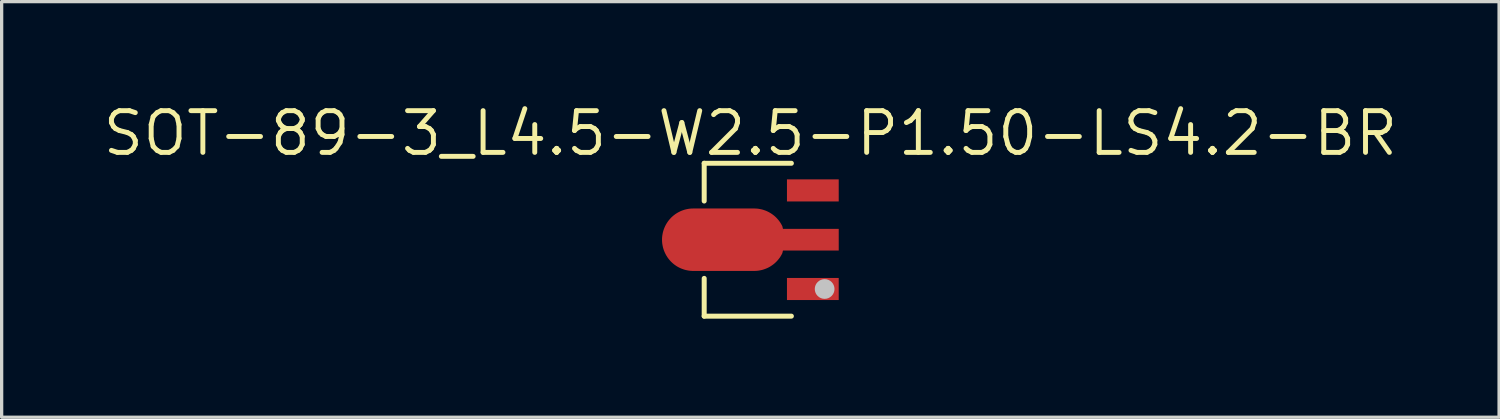
<source format=kicad_pcb>
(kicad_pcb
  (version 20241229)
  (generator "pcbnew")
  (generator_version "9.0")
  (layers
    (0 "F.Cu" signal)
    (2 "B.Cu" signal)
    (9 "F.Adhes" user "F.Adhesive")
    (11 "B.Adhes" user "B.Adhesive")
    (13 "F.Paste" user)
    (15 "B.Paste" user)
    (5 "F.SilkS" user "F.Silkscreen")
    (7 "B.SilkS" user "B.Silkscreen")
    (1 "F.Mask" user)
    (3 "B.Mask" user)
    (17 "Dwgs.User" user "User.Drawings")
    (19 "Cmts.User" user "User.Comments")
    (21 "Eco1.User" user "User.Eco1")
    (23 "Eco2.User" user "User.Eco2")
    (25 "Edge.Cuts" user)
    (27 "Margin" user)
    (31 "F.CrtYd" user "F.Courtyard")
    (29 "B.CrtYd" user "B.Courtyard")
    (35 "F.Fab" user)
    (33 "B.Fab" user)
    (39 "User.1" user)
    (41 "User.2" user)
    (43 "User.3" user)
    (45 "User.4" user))
  (footprint "SOT-89-3_L4.5-W2.5-P1.50-LS4.2-BR"
    (layer "F.Cu")
    (at 20.328 4.244)
    (property "Reference" "SOT-89-3_L4.5-W2.5-P1.50-LS4.2-BR" (at -0.544 -3.237 0) (layer "F.SilkS") (effects (font (size 1.27 1.27) (thickness 0.15))))
    (fp_line (start -1.95 -2.326) (end -1.95 -1.177) (stroke (width 0.152) (type default)) (layer "F.SilkS"))
    (fp_line (start -1.95 2.326) (end -1.95 1.177) (stroke (width 0.152) (type default)) (layer "F.SilkS"))
    (fp_line (start 0.703 -2.326) (end -1.95 -2.326) (stroke (width 0.152) (type default)) (layer "F.SilkS"))
    (fp_line (start 0.703 2.326) (end -1.95 2.326) (stroke (width 0.152) (type default)) (layer "F.SilkS"))
    (fp_circle (center 1.715 1.5) (end 1.865 1.5) (stroke (width 0.3) (type default)) (fill no) (layer "Dwgs.User"))
    (fp_circle (center 1.724 2.25) (end 1.754 2.25) (stroke (width 0.06) (type default)) (fill no) (layer "User.5"))
    (pad "1" smd rect (at 1.356 1.5) (size 1.575 0.672) (layers "F.Cu" "F.Mask" "F.Paste"))
    (pad "2" smd custom (at -1.356 0.0001 90) (size 0.000001 0.000001) (layers "F.Cu" "F.Mask" "F.Paste") (options (anchor circle)) (primitives (gr_poly (pts (xy 0.95 -0.927) (xy 0.95 0.927) (xy 0.949 0.972) (xy 0.946 1.016) (xy 0.941 1.06) (xy 0.933 1.104) (xy 0.924 1.148) (xy 0.913 1.191) (xy 0.899 1.233) (xy 0.884 1.275) (xy 0.867 1.316) (xy 0.847 1.357) (xy 0.826 1.396) (xy 0.803 1.434) (xy 0.779 1.471) (xy 0.752 1.507) (xy 0.725 1.542) (xy 0.695 1.575) (xy 0.664 1.607) (xy 0.631 1.637) (xy 0.597 1.666) (xy 0.562 1.693) (xy 0.525 1.719) (xy 0.488 1.742) (xy 0.449 1.764) (xy 0.409 1.784) (xy 0.33 1.803) (xy 0.33 3.5) (xy -0.33 3.5) (xy -0.33 1.803) (xy -0.409 1.784) (xy -0.449 1.764) (xy -0.488 1.742) (xy -0.526 1.719) (xy -0.562 1.693) (xy -0.597 1.666) (xy -0.631 1.637) (xy -0.664 1.607) (xy -0.695 1.575) (xy -0.725 1.542) (xy -0.753 1.507) (xy -0.779 1.471) (xy -0.804 1.434) (xy -0.827 1.396) (xy -0.848 1.357) (xy -0.867 1.316) (xy -0.884 1.275) (xy -0.899 1.233) (xy -0.913 1.191) (xy -0.924 1.148) (xy -0.933 1.104) (xy -0.941 1.06) (xy -0.946 1.016) (xy -0.949 0.972) (xy -0.95 0.927) (xy -0.95 -0.927) (xy -0.949 -0.972) (xy -0.946 -1.016) (xy -0.941 -1.06) (xy -0.933 -1.104) (xy -0.924 -1.148) (xy -0.913 -1.191) (xy -0.899 -1.233) (xy -0.884 -1.275) (xy -0.867 -1.316) (xy -0.848 -1.356) (xy -0.827 -1.396) (xy -0.804 -1.434) (xy -0.779 -1.471) (xy -0.753 -1.507) (xy -0.725 -1.541) (xy -0.695 -1.575) (xy -0.664 -1.607) (xy -0.631 -1.637) (xy -0.597 -1.666) (xy -0.562 -1.693) (xy -0.526 -1.718) (xy -0.488 -1.742) (xy -0.449 -1.764) (xy -0.409 -1.784) (xy -0.369 -1.802) (xy -0.327 -1.819) (xy -0.285 -1.833) (xy -0.242 -1.846) (xy -0.199 -1.856) (xy -0.155 -1.864) (xy -0.111 -1.871) (xy -0.067 -1.875) (xy -0.022 -1.877) (xy 0.022 -1.877) (xy 0.067 -1.875) (xy 0.111 -1.871) (xy 0.155 -1.864) (xy 0.199 -1.856) (xy 0.242 -1.846) (xy 0.285 -1.833) (xy 0.327 -1.819) (xy 0.369 -1.802) (xy 0.409 -1.784) (xy 0.449 -1.764) (xy 0.488 -1.742) (xy 0.525 -1.718) (xy 0.562 -1.693) (xy 0.597 -1.666) (xy 0.631 -1.637) (xy 0.664 -1.607) (xy 0.695 -1.575) (xy 0.725 -1.541) (xy 0.752 -1.507) (xy 0.779 -1.471) (xy 0.803 -1.434) (xy 0.826 -1.396) (xy 0.847 -1.356) (xy 0.867 -1.316) (xy 0.884 -1.275) (xy 0.899 -1.233) (xy 0.913 -1.191) (xy 0.924 -1.148) (xy 0.933 -1.104) (xy 0.941 -1.06) (xy 0.946 -1.016) (xy 0.949 -0.972)) (width 0) (fill yes))))
    (pad "3" smd rect (at 1.356 -1.5) (size 1.575 0.672) (layers "F.Cu" "F.Mask" "F.Paste"))
    (zone (net_name "") (layer "User.4") (hatch edge 0.5) (priority 100) (connect_pads yes) (min_thickness 0) (filled_areas_thickness no) (fill yes) (polygon (pts (xy 20.952 2.494) (xy 22.052 2.494) (xy 22.052 2.994) (xy 20.952 2.994))) (filled_polygon (layer "User.4") (island) (pts (xy 20.952 2.494) (xy 22.052 2.494) (xy 22.052 2.994) (xy 20.952 2.994))))
    (zone (net_name "") (layer "User.4") (hatch edge 0.5) (priority 100) (connect_pads yes) (min_thickness 0) (filled_areas_thickness no) (fill yes) (polygon (pts (xy 20.952 5.494) (xy 22.052 5.494) (xy 22.052 5.994) (xy 20.952 5.994))) (filled_polygon (layer "User.4") (island) (pts (xy 20.952 5.494) (xy 22.052 5.494) (xy 22.052 5.994) (xy 20.952 5.994))))
    (zone (net_name "") (layer "User.4") (hatch edge 0.5) (priority 100) (connect_pads yes) (min_thickness 0) (filled_areas_thickness no) (fill yes) (polygon (pts (xy 20.766 4.504) (xy 22.052 4.504) (xy 22.052 3.984) (xy 20.766 3.984) (xy 20.191 3.381) (xy 18.328 3.381) (xy 17.857 3.956) (xy 17.857 4.531) (xy 18.328 5.106) (xy 20.191 5.106))) (filled_polygon (layer "User.4") (island) (pts (xy 20.766 4.504) (xy 22.052 4.504) (xy 22.052 3.984) (xy 20.766 3.984) (xy 20.191 3.381) (xy 18.328 3.381) (xy 17.857 3.956) (xy 17.857 4.531) (xy 18.328 5.106) (xy 20.191 5.106)))))
  (gr_rect
    (start -3 -3)
    (end 42.566 9.646)
    (stroke (width 0.1) (type default))
    (fill no)
    (layer "Edge.Cuts")))
</source>
